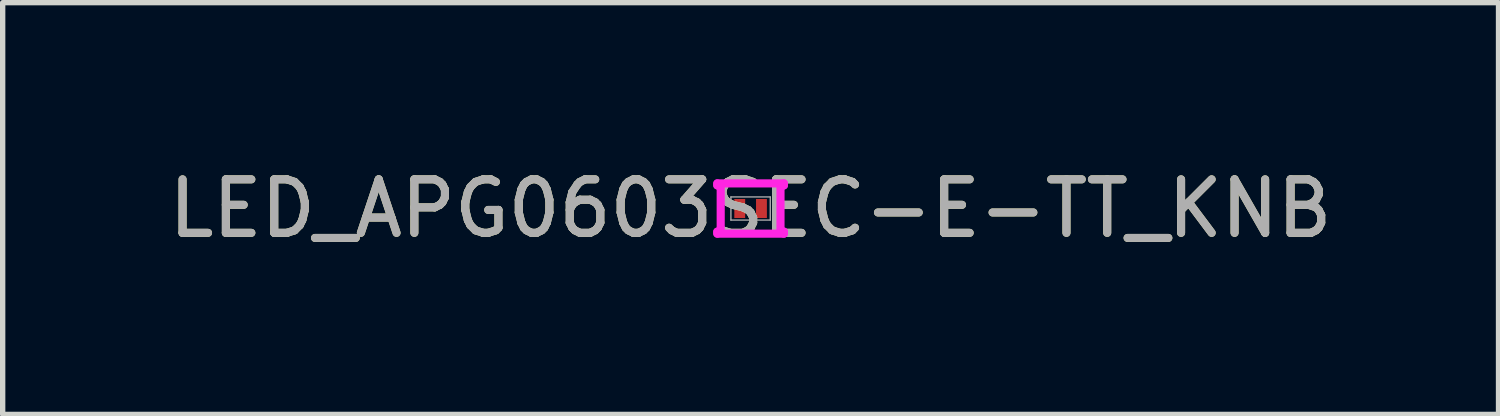
<source format=kicad_pcb>
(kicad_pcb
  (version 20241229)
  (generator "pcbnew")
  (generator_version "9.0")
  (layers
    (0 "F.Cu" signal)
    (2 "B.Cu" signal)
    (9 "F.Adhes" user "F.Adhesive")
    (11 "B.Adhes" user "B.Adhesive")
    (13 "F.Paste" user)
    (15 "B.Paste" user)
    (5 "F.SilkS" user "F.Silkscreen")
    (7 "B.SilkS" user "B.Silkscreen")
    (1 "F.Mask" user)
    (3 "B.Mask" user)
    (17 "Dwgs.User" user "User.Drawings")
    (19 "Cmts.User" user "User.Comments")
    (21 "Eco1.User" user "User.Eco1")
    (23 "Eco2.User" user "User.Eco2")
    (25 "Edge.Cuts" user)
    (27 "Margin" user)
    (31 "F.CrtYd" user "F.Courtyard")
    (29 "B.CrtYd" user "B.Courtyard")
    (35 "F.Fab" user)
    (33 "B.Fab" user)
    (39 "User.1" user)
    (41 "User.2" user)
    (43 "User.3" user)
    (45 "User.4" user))
  (footprint "LED_APG0603SEC-E-TT_KNB"
    (layer "F.Cu")
    (at 10.982 0.848)
    (property "Reference" "LED_APG0603SEC-E-TT_KNB" (at 0 0 0) (unlocked yes) (layer "F.SilkS") (effects (font (size 1 1) (thickness 0.15))))
    (attr smd)
    (fp_line (start -0.622 -0.47) (end 0.622 -0.47) (stroke (width 0.152) (type solid)) (layer "F.CrtYd"))
    (fp_line (start -0.622 -0.432) (end -0.622 -0.47) (stroke (width 0.152) (type solid)) (layer "F.CrtYd"))
    (fp_line (start -0.622 0.432) (end -0.559 0.432) (stroke (width 0.152) (type solid)) (layer "F.CrtYd"))
    (fp_line (start -0.622 0.47) (end -0.622 0.432) (stroke (width 0.152) (type solid)) (layer "F.CrtYd"))
    (fp_line (start -0.559 -0.432) (end -0.622 -0.432) (stroke (width 0.152) (type solid)) (layer "F.CrtYd"))
    (fp_line (start -0.559 0.432) (end -0.559 -0.432) (stroke (width 0.152) (type solid)) (layer "F.CrtYd"))
    (fp_line (start 0.559 -0.432) (end 0.559 0.432) (stroke (width 0.152) (type solid)) (layer "F.CrtYd"))
    (fp_line (start 0.559 0.432) (end 0.622 0.432) (stroke (width 0.152) (type solid)) (layer "F.CrtYd"))
    (fp_line (start 0.622 -0.47) (end 0.622 -0.432) (stroke (width 0.152) (type solid)) (layer "F.CrtYd"))
    (fp_line (start 0.622 -0.432) (end 0.559 -0.432) (stroke (width 0.152) (type solid)) (layer "F.CrtYd"))
    (fp_line (start 0.622 0.432) (end 0.622 0.47) (stroke (width 0.152) (type solid)) (layer "F.CrtYd"))
    (fp_line (start 0.622 0.47) (end -0.622 0.47) (stroke (width 0.152) (type solid)) (layer "F.CrtYd"))
    (fp_line (start -0.368 -0.216) (end -0.368 0.216) (stroke (width 0.025) (type solid)) (layer "F.Fab"))
    (fp_line (start -0.368 0.216) (end 0.368 0.216) (stroke (width 0.025) (type solid)) (layer "F.Fab"))
    (fp_line (start 0.368 -0.216) (end -0.368 -0.216) (stroke (width 0.025) (type solid)) (layer "F.Fab"))
    (fp_line (start 0.368 0.216) (end 0.368 -0.216) (stroke (width 0.025) (type solid)) (layer "F.Fab"))
    (fp_text user "${REFERENCE}" (at 0 0 0) (unlocked yes) (layer "F.Fab") (effects (font (size 1 1) (thickness 0.15))))
    (pad "1" smd rect (at -0.203 0) (size 0.203 0.356) (layers "F.Cu" "F.Mask" "F.Paste"))
    (pad "2" smd rect (at 0.203 0) (size 0.203 0.356) (layers "F.Cu" "F.Mask" "F.Paste"))
    (zone (net_name "") (layer "F.Cu") (hatch full 0.508) (connect_pads) (min_thickness 0.254) (filled_areas_thickness no) (keepout (tracks not_allowed) (vias not_allowed) (pads allowed) (copperpour not_allowed) (footprints allowed)) (placement (enabled no)) (fill) (polygon (pts (xy 10.931 0.683) (xy 11.033 0.683) (xy 11.033 1.013) (xy 10.931 1.013)))))
  (gr_rect
    (start -3 -3)
    (end 24.964 4.697)
    (stroke (width 0.1) (type default))
    (fill no)
    (layer "Edge.Cuts")))
</source>
